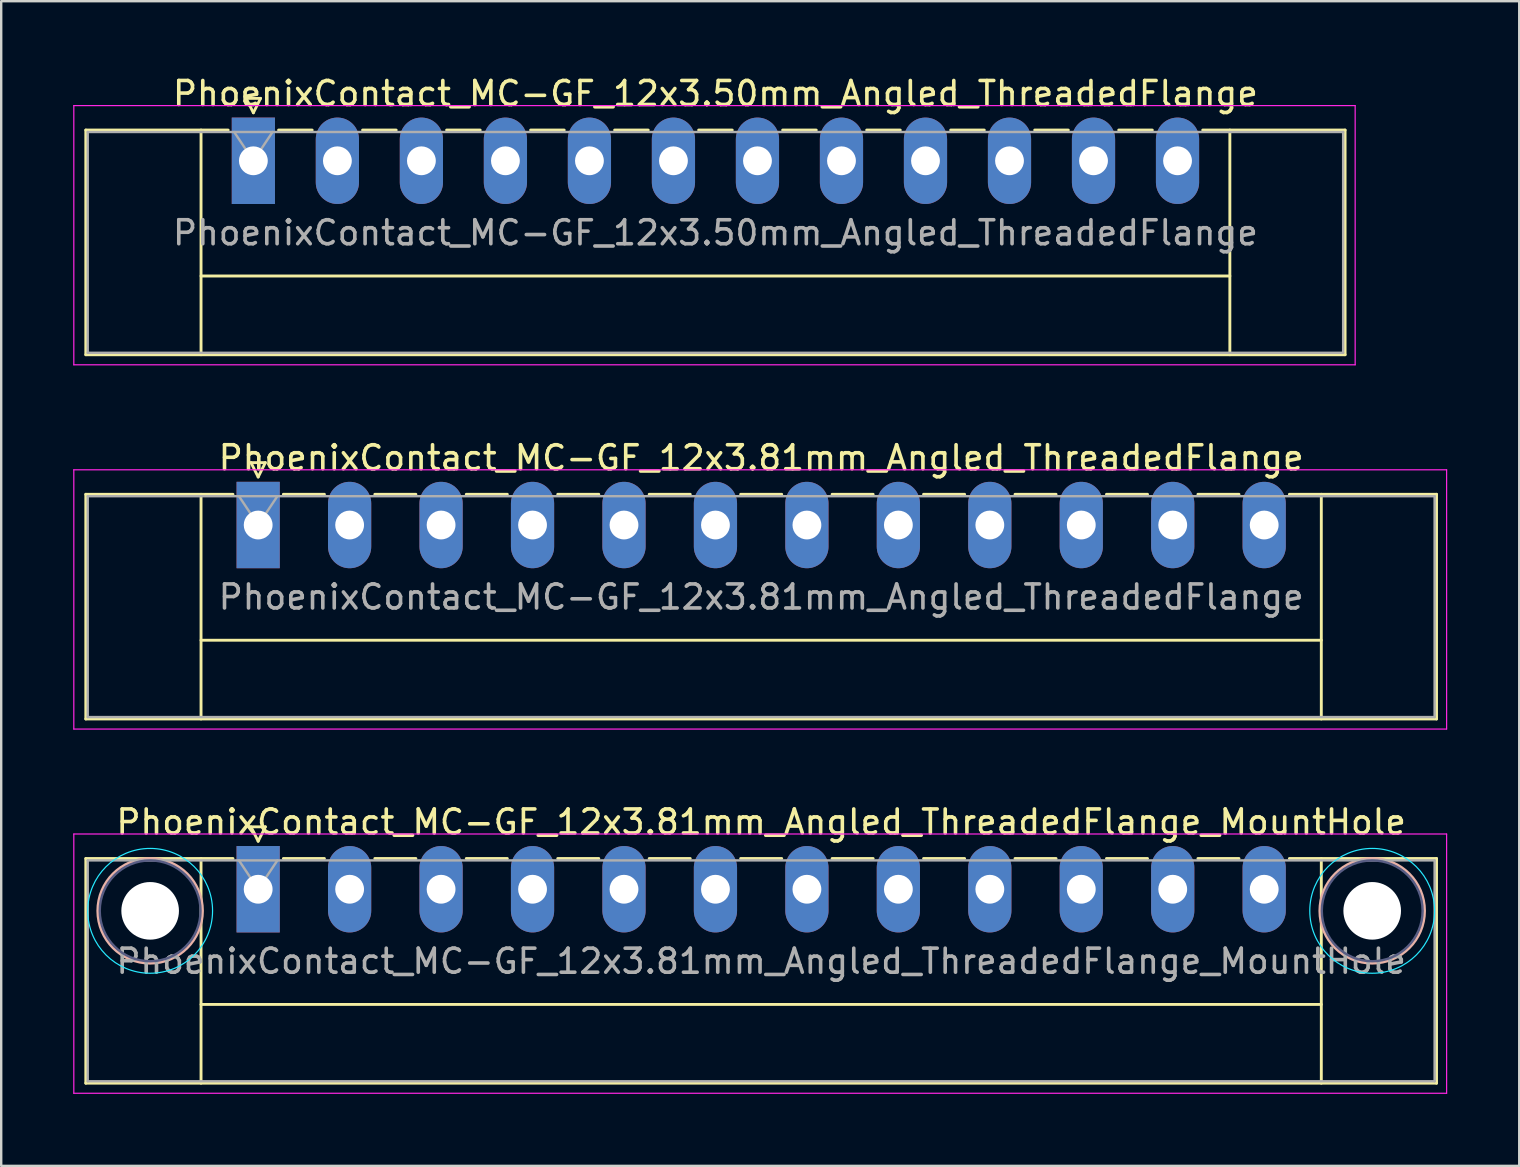
<source format=kicad_pcb>
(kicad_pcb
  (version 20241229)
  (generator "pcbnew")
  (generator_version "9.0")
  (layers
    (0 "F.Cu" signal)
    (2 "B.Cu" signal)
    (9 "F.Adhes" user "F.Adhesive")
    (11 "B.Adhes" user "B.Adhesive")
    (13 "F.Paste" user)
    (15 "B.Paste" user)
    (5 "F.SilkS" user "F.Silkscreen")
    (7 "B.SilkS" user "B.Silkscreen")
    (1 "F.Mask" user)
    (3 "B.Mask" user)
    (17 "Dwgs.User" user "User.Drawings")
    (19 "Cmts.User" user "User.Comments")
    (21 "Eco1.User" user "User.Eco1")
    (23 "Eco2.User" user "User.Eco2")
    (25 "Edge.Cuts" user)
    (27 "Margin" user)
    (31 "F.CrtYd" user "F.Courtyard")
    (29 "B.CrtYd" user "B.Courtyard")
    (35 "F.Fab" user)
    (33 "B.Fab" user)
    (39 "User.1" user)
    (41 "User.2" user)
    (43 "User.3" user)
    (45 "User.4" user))
  (footprint "PhoenixContact_MC-GF_12x3.81mm_Angled_ThreadedFlange"
    (layer "F.Cu")
    (at 7.705 18.822)
    (property "Reference" "PhoenixContact_MC-GF_12x3.81mm_Angled_ThreadedFlange" (at 20.955 -2.8 0) (layer "F.SilkS") (effects (font (size 1 1) (thickness 0.15))))
    (attr through_hole)
    (fp_line (start -7.18 -1.28) (end -7.18 8.08) (stroke (width 0.12) (type solid)) (layer "F.SilkS"))
    (fp_line (start -7.18 -1.28) (end -1.05 -1.28) (stroke (width 0.12) (type solid)) (layer "F.SilkS"))
    (fp_line (start -7.18 8.08) (end 49.09 8.08) (stroke (width 0.12) (type solid)) (layer "F.SilkS"))
    (fp_line (start -2.38 -1.28) (end -2.38 8.08) (stroke (width 0.12) (type solid)) (layer "F.SilkS"))
    (fp_line (start -2.38 4.8) (end 44.29 4.8) (stroke (width 0.12) (type solid)) (layer "F.SilkS"))
    (fp_line (start -0.3 -2.6) (end 0.3 -2.6) (stroke (width 0.12) (type solid)) (layer "F.SilkS"))
    (fp_line (start 0 -2) (end -0.3 -2.6) (stroke (width 0.12) (type solid)) (layer "F.SilkS"))
    (fp_line (start 0.3 -2.6) (end 0 -2) (stroke (width 0.12) (type solid)) (layer "F.SilkS"))
    (fp_line (start 1.05 -1.28) (end 2.76 -1.28) (stroke (width 0.12) (type solid)) (layer "F.SilkS"))
    (fp_line (start 4.86 -1.28) (end 6.57 -1.28) (stroke (width 0.12) (type solid)) (layer "F.SilkS"))
    (fp_line (start 8.67 -1.28) (end 10.38 -1.28) (stroke (width 0.12) (type solid)) (layer "F.SilkS"))
    (fp_line (start 12.48 -1.28) (end 14.19 -1.28) (stroke (width 0.12) (type solid)) (layer "F.SilkS"))
    (fp_line (start 16.29 -1.28) (end 18 -1.28) (stroke (width 0.12) (type solid)) (layer "F.SilkS"))
    (fp_line (start 20.1 -1.28) (end 21.81 -1.28) (stroke (width 0.12) (type solid)) (layer "F.SilkS"))
    (fp_line (start 23.91 -1.28) (end 25.62 -1.28) (stroke (width 0.12) (type solid)) (layer "F.SilkS"))
    (fp_line (start 27.72 -1.28) (end 29.43 -1.28) (stroke (width 0.12) (type solid)) (layer "F.SilkS"))
    (fp_line (start 31.53 -1.28) (end 33.24 -1.28) (stroke (width 0.12) (type solid)) (layer "F.SilkS"))
    (fp_line (start 35.34 -1.28) (end 37.05 -1.28) (stroke (width 0.12) (type solid)) (layer "F.SilkS"))
    (fp_line (start 39.15 -1.28) (end 40.86 -1.28) (stroke (width 0.12) (type solid)) (layer "F.SilkS"))
    (fp_line (start 44.29 -1.28) (end 44.29 8.08) (stroke (width 0.12) (type solid)) (layer "F.SilkS"))
    (fp_line (start 49.09 -1.28) (end 42.96 -1.28) (stroke (width 0.12) (type solid)) (layer "F.SilkS"))
    (fp_line (start 49.09 8.08) (end 49.09 -1.28) (stroke (width 0.12) (type solid)) (layer "F.SilkS"))
    (fp_line (start -7.68 -2.3) (end -7.68 8.5) (stroke (width 0.05) (type solid)) (layer "F.CrtYd"))
    (fp_line (start -7.68 8.5) (end 49.51 8.5) (stroke (width 0.05) (type solid)) (layer "F.CrtYd"))
    (fp_line (start 49.51 -2.3) (end -7.68 -2.3) (stroke (width 0.05) (type solid)) (layer "F.CrtYd"))
    (fp_line (start 49.51 8.5) (end 49.51 -2.3) (stroke (width 0.05) (type solid)) (layer "F.CrtYd"))
    (fp_line (start -7.1 -1.2) (end -7.1 8) (stroke (width 0.1) (type solid)) (layer "F.Fab"))
    (fp_line (start -7.1 8) (end 49.01 8) (stroke (width 0.1) (type solid)) (layer "F.Fab"))
    (fp_line (start 0 0) (end -0.8 -1.2) (stroke (width 0.1) (type solid)) (layer "F.Fab"))
    (fp_line (start 0.8 -1.2) (end 0 0) (stroke (width 0.1) (type solid)) (layer "F.Fab"))
    (fp_line (start 49.01 -1.2) (end -7.1 -1.2) (stroke (width 0.1) (type solid)) (layer "F.Fab"))
    (fp_line (start 49.01 8) (end 49.01 -1.2) (stroke (width 0.1) (type solid)) (layer "F.Fab"))
    (fp_text user "${REFERENCE}" (at 20.955 3 0) (layer "F.Fab") (effects (font (size 1 1) (thickness 0.15))))
    (pad "1" thru_hole rect (at 0 0) (size 1.8 3.6) (drill 1.2) (layers "*.Cu" "*.Mask"))
    (pad "2" thru_hole oval (at 3.81 0) (size 1.8 3.6) (drill 1.2) (layers "*.Cu" "*.Mask"))
    (pad "3" thru_hole oval (at 7.62 0) (size 1.8 3.6) (drill 1.2) (layers "*.Cu" "*.Mask"))
    (pad "4" thru_hole oval (at 11.43 0) (size 1.8 3.6) (drill 1.2) (layers "*.Cu" "*.Mask"))
    (pad "5" thru_hole oval (at 15.24 0) (size 1.8 3.6) (drill 1.2) (layers "*.Cu" "*.Mask"))
    (pad "6" thru_hole oval (at 19.05 0) (size 1.8 3.6) (drill 1.2) (layers "*.Cu" "*.Mask"))
    (pad "7" thru_hole oval (at 22.86 0) (size 1.8 3.6) (drill 1.2) (layers "*.Cu" "*.Mask"))
    (pad "8" thru_hole oval (at 26.67 0) (size 1.8 3.6) (drill 1.2) (layers "*.Cu" "*.Mask"))
    (pad "9" thru_hole oval (at 30.48 0) (size 1.8 3.6) (drill 1.2) (layers "*.Cu" "*.Mask"))
    (pad "10" thru_hole oval (at 34.29 0) (size 1.8 3.6) (drill 1.2) (layers "*.Cu" "*.Mask"))
    (pad "11" thru_hole oval (at 38.1 0) (size 1.8 3.6) (drill 1.2) (layers "*.Cu" "*.Mask"))
    (pad "12" thru_hole oval (at 41.91 0) (size 1.8 3.6) (drill 1.2) (layers "*.Cu" "*.Mask")))
  (footprint "PhoenixContact_MC-GF_12x3.50mm_Angled_ThreadedFlange"
    (layer "F.Cu")
    (at 7.505 3.648)
    (property "Reference" "PhoenixContact_MC-GF_12x3.50mm_Angled_ThreadedFlange" (at 19.25 -2.8 0) (layer "F.SilkS") (effects (font (size 1 1) (thickness 0.15))))
    (attr through_hole)
    (fp_line (start -6.98 -1.28) (end -6.98 8.08) (stroke (width 0.12) (type solid)) (layer "F.SilkS"))
    (fp_line (start -6.98 -1.28) (end -1.05 -1.28) (stroke (width 0.12) (type solid)) (layer "F.SilkS"))
    (fp_line (start -6.98 8.08) (end 45.48 8.08) (stroke (width 0.12) (type solid)) (layer "F.SilkS"))
    (fp_line (start -2.18 -1.28) (end -2.18 8.08) (stroke (width 0.12) (type solid)) (layer "F.SilkS"))
    (fp_line (start -2.18 4.8) (end 40.68 4.8) (stroke (width 0.12) (type solid)) (layer "F.SilkS"))
    (fp_line (start -0.3 -2.6) (end 0.3 -2.6) (stroke (width 0.12) (type solid)) (layer "F.SilkS"))
    (fp_line (start 0 -2) (end -0.3 -2.6) (stroke (width 0.12) (type solid)) (layer "F.SilkS"))
    (fp_line (start 0.3 -2.6) (end 0 -2) (stroke (width 0.12) (type solid)) (layer "F.SilkS"))
    (fp_line (start 1.05 -1.28) (end 2.45 -1.28) (stroke (width 0.12) (type solid)) (layer "F.SilkS"))
    (fp_line (start 4.55 -1.28) (end 5.95 -1.28) (stroke (width 0.12) (type solid)) (layer "F.SilkS"))
    (fp_line (start 8.05 -1.28) (end 9.45 -1.28) (stroke (width 0.12) (type solid)) (layer "F.SilkS"))
    (fp_line (start 11.55 -1.28) (end 12.95 -1.28) (stroke (width 0.12) (type solid)) (layer "F.SilkS"))
    (fp_line (start 15.05 -1.28) (end 16.45 -1.28) (stroke (width 0.12) (type solid)) (layer "F.SilkS"))
    (fp_line (start 18.55 -1.28) (end 19.95 -1.28) (stroke (width 0.12) (type solid)) (layer "F.SilkS"))
    (fp_line (start 22.05 -1.28) (end 23.45 -1.28) (stroke (width 0.12) (type solid)) (layer "F.SilkS"))
    (fp_line (start 25.55 -1.28) (end 26.95 -1.28) (stroke (width 0.12) (type solid)) (layer "F.SilkS"))
    (fp_line (start 29.05 -1.28) (end 30.45 -1.28) (stroke (width 0.12) (type solid)) (layer "F.SilkS"))
    (fp_line (start 32.55 -1.28) (end 33.95 -1.28) (stroke (width 0.12) (type solid)) (layer "F.SilkS"))
    (fp_line (start 36.05 -1.28) (end 37.45 -1.28) (stroke (width 0.12) (type solid)) (layer "F.SilkS"))
    (fp_line (start 40.68 -1.28) (end 40.68 8.08) (stroke (width 0.12) (type solid)) (layer "F.SilkS"))
    (fp_line (start 45.48 -1.28) (end 39.55 -1.28) (stroke (width 0.12) (type solid)) (layer "F.SilkS"))
    (fp_line (start 45.48 8.08) (end 45.48 -1.28) (stroke (width 0.12) (type solid)) (layer "F.SilkS"))
    (fp_line (start -7.48 -2.3) (end -7.48 8.5) (stroke (width 0.05) (type solid)) (layer "F.CrtYd"))
    (fp_line (start -7.48 8.5) (end 45.9 8.5) (stroke (width 0.05) (type solid)) (layer "F.CrtYd"))
    (fp_line (start 45.9 -2.3) (end -7.48 -2.3) (stroke (width 0.05) (type solid)) (layer "F.CrtYd"))
    (fp_line (start 45.9 8.5) (end 45.9 -2.3) (stroke (width 0.05) (type solid)) (layer "F.CrtYd"))
    (fp_line (start -6.9 -1.2) (end -6.9 8) (stroke (width 0.1) (type solid)) (layer "F.Fab"))
    (fp_line (start -6.9 8) (end 45.4 8) (stroke (width 0.1) (type solid)) (layer "F.Fab"))
    (fp_line (start 0 0) (end -0.8 -1.2) (stroke (width 0.1) (type solid)) (layer "F.Fab"))
    (fp_line (start 0.8 -1.2) (end 0 0) (stroke (width 0.1) (type solid)) (layer "F.Fab"))
    (fp_line (start 45.4 -1.2) (end -6.9 -1.2) (stroke (width 0.1) (type solid)) (layer "F.Fab"))
    (fp_line (start 45.4 8) (end 45.4 -1.2) (stroke (width 0.1) (type solid)) (layer "F.Fab"))
    (fp_text user "${REFERENCE}" (at 19.25 3 0) (layer "F.Fab") (effects (font (size 1 1) (thickness 0.15))))
    (pad "1" thru_hole rect (at 0 0) (size 1.8 3.6) (drill 1.2) (layers "*.Cu" "*.Mask"))
    (pad "2" thru_hole oval (at 3.5 0) (size 1.8 3.6) (drill 1.2) (layers "*.Cu" "*.Mask"))
    (pad "3" thru_hole oval (at 7 0) (size 1.8 3.6) (drill 1.2) (layers "*.Cu" "*.Mask"))
    (pad "4" thru_hole oval (at 10.5 0) (size 1.8 3.6) (drill 1.2) (layers "*.Cu" "*.Mask"))
    (pad "5" thru_hole oval (at 14 0) (size 1.8 3.6) (drill 1.2) (layers "*.Cu" "*.Mask"))
    (pad "6" thru_hole oval (at 17.5 0) (size 1.8 3.6) (drill 1.2) (layers "*.Cu" "*.Mask"))
    (pad "7" thru_hole oval (at 21 0) (size 1.8 3.6) (drill 1.2) (layers "*.Cu" "*.Mask"))
    (pad "8" thru_hole oval (at 24.5 0) (size 1.8 3.6) (drill 1.2) (layers "*.Cu" "*.Mask"))
    (pad "9" thru_hole oval (at 28 0) (size 1.8 3.6) (drill 1.2) (layers "*.Cu" "*.Mask"))
    (pad "10" thru_hole oval (at 31.5 0) (size 1.8 3.6) (drill 1.2) (layers "*.Cu" "*.Mask"))
    (pad "11" thru_hole oval (at 35 0) (size 1.8 3.6) (drill 1.2) (layers "*.Cu" "*.Mask"))
    (pad "12" thru_hole oval (at 38.5 0) (size 1.8 3.6) (drill 1.2) (layers "*.Cu" "*.Mask")))
  (footprint "PhoenixContact_MC-GF_12x3.81mm_Angled_ThreadedFlange_MountHole"
    (layer "F.Cu")
    (at 7.705 33.995)
    (property "Reference" "PhoenixContact_MC-GF_12x3.81mm_Angled_ThreadedFlange_MountHole" (at 20.955 -2.8 0) (layer "F.SilkS") (effects (font (size 1 1) (thickness 0.15))))
    (attr through_hole)
    (fp_line (start -7.18 -1.28) (end -7.18 8.08) (stroke (width 0.12) (type solid)) (layer "F.SilkS"))
    (fp_line (start -7.18 -1.28) (end -1.05 -1.28) (stroke (width 0.12) (type solid)) (layer "F.SilkS"))
    (fp_line (start -7.18 8.08) (end 49.09 8.08) (stroke (width 0.12) (type solid)) (layer "F.SilkS"))
    (fp_line (start -2.38 -1.28) (end -2.38 8.08) (stroke (width 0.12) (type solid)) (layer "F.SilkS"))
    (fp_line (start -2.38 4.8) (end 44.29 4.8) (stroke (width 0.12) (type solid)) (layer "F.SilkS"))
    (fp_line (start -0.3 -2.6) (end 0.3 -2.6) (stroke (width 0.12) (type solid)) (layer "F.SilkS"))
    (fp_line (start 0 -2) (end -0.3 -2.6) (stroke (width 0.12) (type solid)) (layer "F.SilkS"))
    (fp_line (start 0.3 -2.6) (end 0 -2) (stroke (width 0.12) (type solid)) (layer "F.SilkS"))
    (fp_line (start 1.05 -1.28) (end 2.76 -1.28) (stroke (width 0.12) (type solid)) (layer "F.SilkS"))
    (fp_line (start 4.86 -1.28) (end 6.57 -1.28) (stroke (width 0.12) (type solid)) (layer "F.SilkS"))
    (fp_line (start 8.67 -1.28) (end 10.38 -1.28) (stroke (width 0.12) (type solid)) (layer "F.SilkS"))
    (fp_line (start 12.48 -1.28) (end 14.19 -1.28) (stroke (width 0.12) (type solid)) (layer "F.SilkS"))
    (fp_line (start 16.29 -1.28) (end 18 -1.28) (stroke (width 0.12) (type solid)) (layer "F.SilkS"))
    (fp_line (start 20.1 -1.28) (end 21.81 -1.28) (stroke (width 0.12) (type solid)) (layer "F.SilkS"))
    (fp_line (start 23.91 -1.28) (end 25.62 -1.28) (stroke (width 0.12) (type solid)) (layer "F.SilkS"))
    (fp_line (start 27.72 -1.28) (end 29.43 -1.28) (stroke (width 0.12) (type solid)) (layer "F.SilkS"))
    (fp_line (start 31.53 -1.28) (end 33.24 -1.28) (stroke (width 0.12) (type solid)) (layer "F.SilkS"))
    (fp_line (start 35.34 -1.28) (end 37.05 -1.28) (stroke (width 0.12) (type solid)) (layer "F.SilkS"))
    (fp_line (start 39.15 -1.28) (end 40.86 -1.28) (stroke (width 0.12) (type solid)) (layer "F.SilkS"))
    (fp_line (start 44.29 -1.28) (end 44.29 8.08) (stroke (width 0.12) (type solid)) (layer "F.SilkS"))
    (fp_line (start 49.09 -1.28) (end 42.96 -1.28) (stroke (width 0.12) (type solid)) (layer "F.SilkS"))
    (fp_line (start 49.09 8.08) (end 49.09 -1.28) (stroke (width 0.12) (type solid)) (layer "F.SilkS"))
    (fp_circle (center -4.5 0.9) (end -2.32 0.9) (stroke (width 0.12) (type solid)) (fill no) (layer "B.SilkS"))
    (fp_circle (center 46.41 0.9) (end 48.59 0.9) (stroke (width 0.12) (type solid)) (fill no) (layer "B.SilkS"))
    (fp_circle (center -4.5 0.9) (end -1.9 0.9) (stroke (width 0.05) (type solid)) (fill no) (layer "B.CrtYd"))
    (fp_circle (center 46.41 0.9) (end 49.01 0.9) (stroke (width 0.05) (type solid)) (fill no) (layer "B.CrtYd"))
    (fp_line (start -7.68 -2.3) (end -7.68 8.5) (stroke (width 0.05) (type solid)) (layer "F.CrtYd"))
    (fp_line (start -7.68 8.5) (end 49.51 8.5) (stroke (width 0.05) (type solid)) (layer "F.CrtYd"))
    (fp_line (start 49.51 -2.3) (end -7.68 -2.3) (stroke (width 0.05) (type solid)) (layer "F.CrtYd"))
    (fp_line (start 49.51 8.5) (end 49.51 -2.3) (stroke (width 0.05) (type solid)) (layer "F.CrtYd"))
    (fp_circle (center -4.5 0.9) (end -2.4 0.9) (stroke (width 0.1) (type solid)) (fill no) (layer "B.Fab"))
    (fp_circle (center 46.41 0.9) (end 48.51 0.9) (stroke (width 0.1) (type solid)) (fill no) (layer "B.Fab"))
    (fp_line (start -7.1 -1.2) (end -7.1 8) (stroke (width 0.1) (type solid)) (layer "F.Fab"))
    (fp_line (start -7.1 8) (end 49.01 8) (stroke (width 0.1) (type solid)) (layer "F.Fab"))
    (fp_line (start 0 0) (end -0.8 -1.2) (stroke (width 0.1) (type solid)) (layer "F.Fab"))
    (fp_line (start 0.8 -1.2) (end 0 0) (stroke (width 0.1) (type solid)) (layer "F.Fab"))
    (fp_line (start 49.01 -1.2) (end -7.1 -1.2) (stroke (width 0.1) (type solid)) (layer "F.Fab"))
    (fp_line (start 49.01 8) (end 49.01 -1.2) (stroke (width 0.1) (type solid)) (layer "F.Fab"))
    (fp_text user "${REFERENCE}" (at 20.955 3 0) (layer "F.Fab") (effects (font (size 1 1) (thickness 0.15))))
    (pad "" np_thru_hole circle (at -4.5 0.9) (size 2.4 2.4) (drill 2.4) (layers "*.Cu" "*.Mask"))
    (pad "" np_thru_hole circle (at 46.41 0.9) (size 2.4 2.4) (drill 2.4) (layers "*.Cu" "*.Mask"))
    (pad "1" thru_hole rect (at 0 0) (size 1.8 3.6) (drill 1.2) (layers "*.Cu" "*.Mask"))
    (pad "2" thru_hole oval (at 3.81 0) (size 1.8 3.6) (drill 1.2) (layers "*.Cu" "*.Mask"))
    (pad "3" thru_hole oval (at 7.62 0) (size 1.8 3.6) (drill 1.2) (layers "*.Cu" "*.Mask"))
    (pad "4" thru_hole oval (at 11.43 0) (size 1.8 3.6) (drill 1.2) (layers "*.Cu" "*.Mask"))
    (pad "5" thru_hole oval (at 15.24 0) (size 1.8 3.6) (drill 1.2) (layers "*.Cu" "*.Mask"))
    (pad "6" thru_hole oval (at 19.05 0) (size 1.8 3.6) (drill 1.2) (layers "*.Cu" "*.Mask"))
    (pad "7" thru_hole oval (at 22.86 0) (size 1.8 3.6) (drill 1.2) (layers "*.Cu" "*.Mask"))
    (pad "8" thru_hole oval (at 26.67 0) (size 1.8 3.6) (drill 1.2) (layers "*.Cu" "*.Mask"))
    (pad "9" thru_hole oval (at 30.48 0) (size 1.8 3.6) (drill 1.2) (layers "*.Cu" "*.Mask"))
    (pad "10" thru_hole oval (at 34.29 0) (size 1.8 3.6) (drill 1.2) (layers "*.Cu" "*.Mask"))
    (pad "11" thru_hole oval (at 38.1 0) (size 1.8 3.6) (drill 1.2) (layers "*.Cu" "*.Mask"))
    (pad "12" thru_hole oval (at 41.91 0) (size 1.8 3.6) (drill 1.2) (layers "*.Cu" "*.Mask")))
  (gr_rect
    (start -3 -3)
    (end 60.24 45.52)
    (stroke (width 0.1) (type default))
    (fill no)
    (layer "Edge.Cuts")))
</source>
